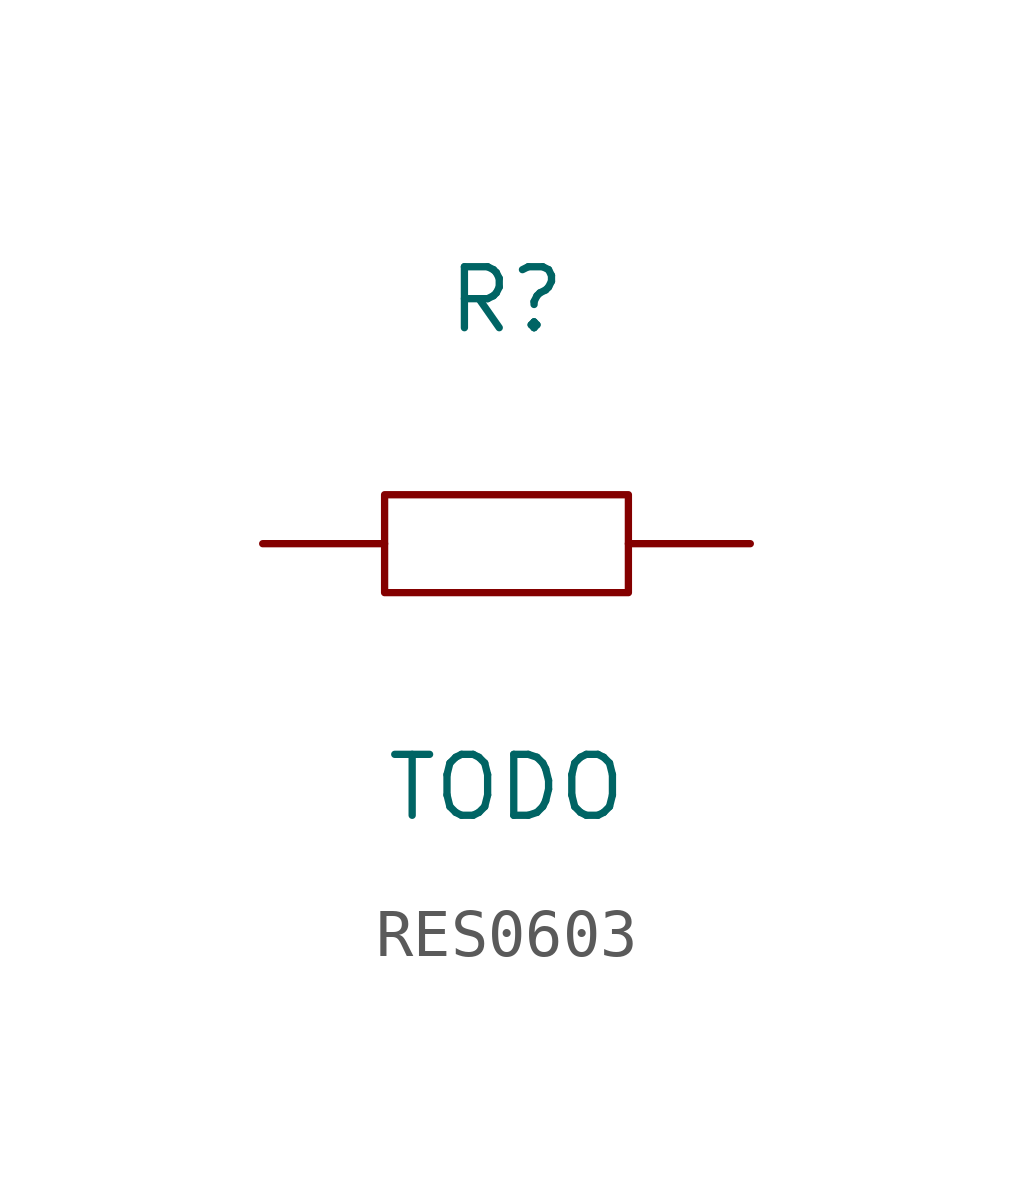
<source format=kicad_sym>
(kicad_symbol_lib
  (version 20241209)
  (generator "kicad_symbol_editor")
  (generator_version "9.0")
  (symbol "RES0603"
    (property "Reference" "R"
      (at 0 5.08 0)
      (effects (font (size 1.27 1.27))))
    (property "Value" "TODO"
      (at 0 -5.08 0)
      (effects (font (size 1.27 1.27))))
    (symbol "RES0603_1_1"
      (rectangle (start -2.54 1.02) (end 2.54 -1.02) (stroke (width 0) (type solid)) (fill (type none)))
      (pin passive line (at -5.08 0 0) (length 2.54) (name "1" (effects (font (size 0 0)))) (number "1" (effects (font (size 0 0)))))
      (pin passive line (at 5.08 0 180) (length 2.54) (name "2" (effects (font (size 0 0)))) (number "2" (effects (font (size 0 0))))))))
</source>
